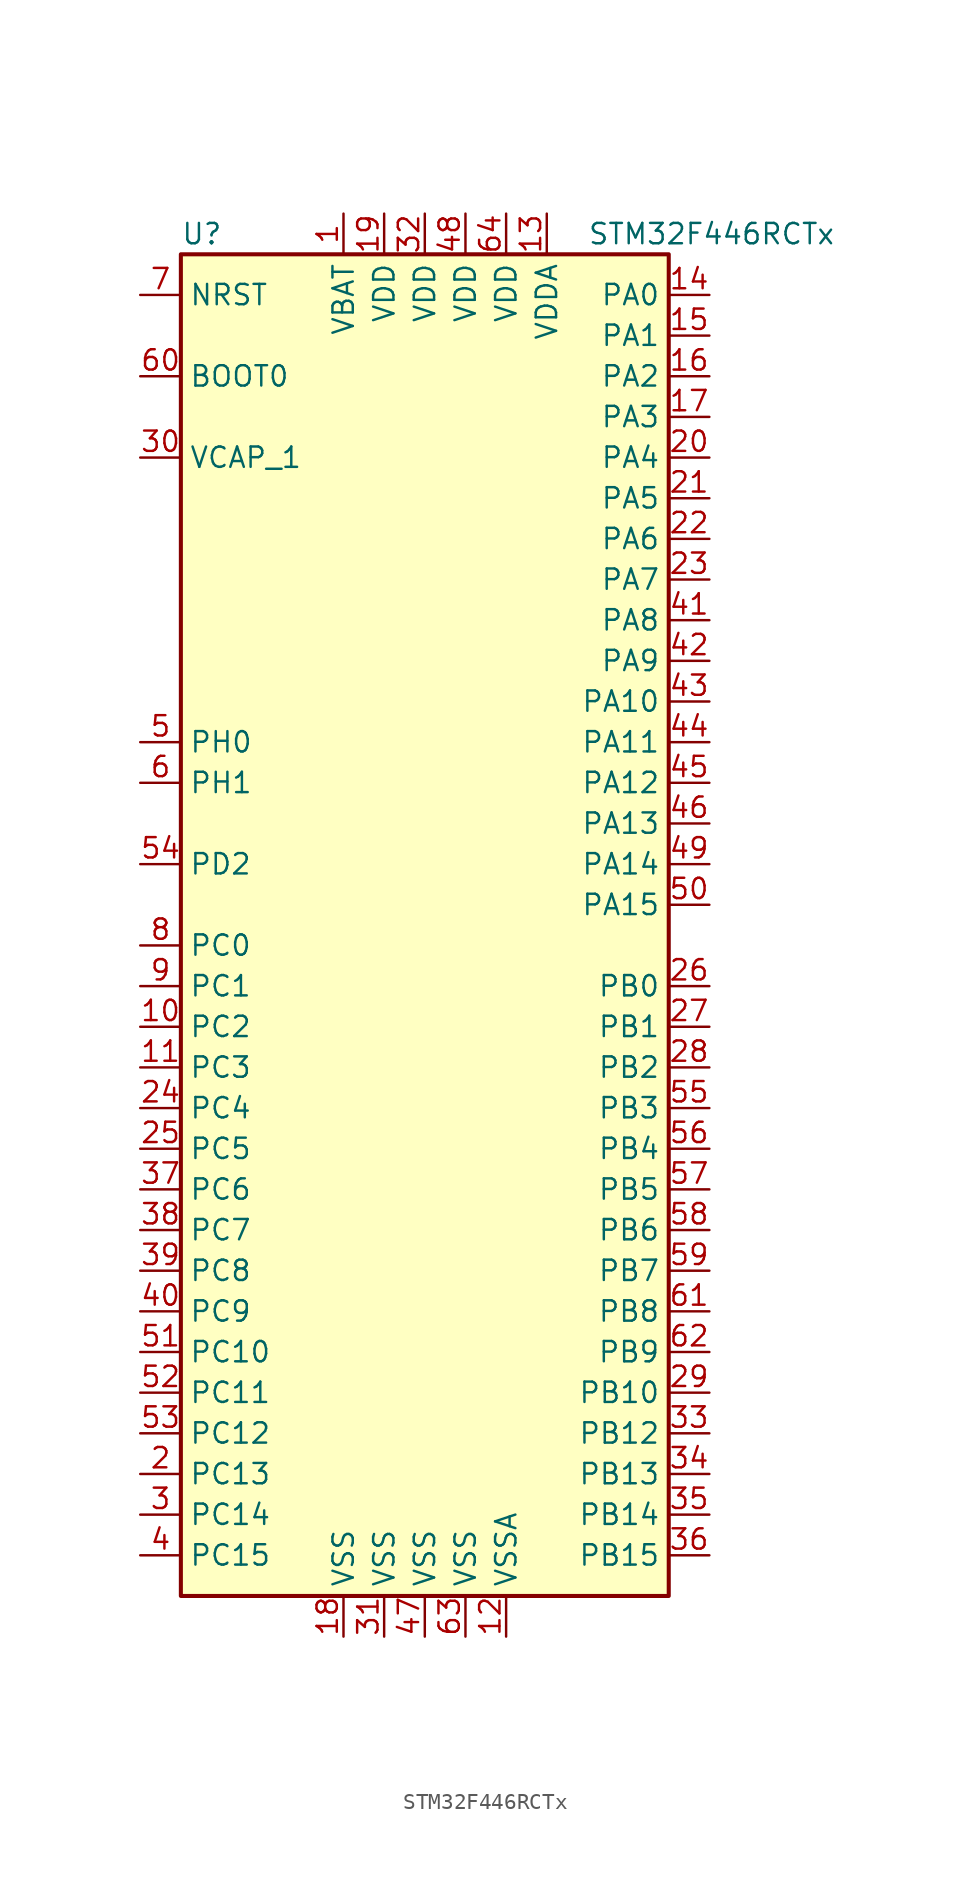
<source format=kicad_sym>
(kicad_symbol_lib
  (version 20201005)
  (generator kicad_symbol_editor)
  (symbol "MCU_ST_STM32F4:STM32F446RCTx"
    (property "Reference" "U"
      (at -15.24 41.91 0)
      (effects (font (size 1.27 1.27)) (justify left)))
    (property "Value" "STM32F446RCTx"
      (at 10.16 41.91 0)
      (effects (font (size 1.27 1.27)) (justify left)))
    (symbol "STM32F446RCTx_0_1"
      (rectangle (start -15.24 -43.18) (end 15.24 40.64) (stroke (width 0.254)) (fill (type background))))
    (symbol "STM32F446RCTx_1_1"
      (pin input line (at -17.78 33.02 0) (length 2.54) (name "BOOT0" (effects (font (size 1.27 1.27)))) (number "60" (effects (font (size 1.27 1.27)))))
      (pin input line (at -17.78 38.1 0) (length 2.54) (name "NRST" (effects (font (size 1.27 1.27)))) (number "7" (effects (font (size 1.27 1.27)))))
      (pin bidirectional line (at 17.78 38.1 180) (length 2.54) (name "PA0" (effects (font (size 1.27 1.27)))) (number "14" (effects (font (size 1.27 1.27)))))
      (pin bidirectional line (at 17.78 35.56 180) (length 2.54) (name "PA1" (effects (font (size 1.27 1.27)))) (number "15" (effects (font (size 1.27 1.27)))))
      (pin bidirectional line (at 17.78 12.7 180) (length 2.54) (name "PA10" (effects (font (size 1.27 1.27)))) (number "43" (effects (font (size 1.27 1.27)))))
      (pin bidirectional line (at 17.78 10.16 180) (length 2.54) (name "PA11" (effects (font (size 1.27 1.27)))) (number "44" (effects (font (size 1.27 1.27)))))
      (pin bidirectional line (at 17.78 7.62 180) (length 2.54) (name "PA12" (effects (font (size 1.27 1.27)))) (number "45" (effects (font (size 1.27 1.27)))))
      (pin bidirectional line (at 17.78 5.08 180) (length 2.54) (name "PA13" (effects (font (size 1.27 1.27)))) (number "46" (effects (font (size 1.27 1.27)))))
      (pin bidirectional line (at 17.78 2.54 180) (length 2.54) (name "PA14" (effects (font (size 1.27 1.27)))) (number "49" (effects (font (size 1.27 1.27)))))
      (pin bidirectional line (at 17.78 0 180) (length 2.54) (name "PA15" (effects (font (size 1.27 1.27)))) (number "50" (effects (font (size 1.27 1.27)))))
      (pin bidirectional line (at 17.78 33.02 180) (length 2.54) (name "PA2" (effects (font (size 1.27 1.27)))) (number "16" (effects (font (size 1.27 1.27)))))
      (pin bidirectional line (at 17.78 30.48 180) (length 2.54) (name "PA3" (effects (font (size 1.27 1.27)))) (number "17" (effects (font (size 1.27 1.27)))))
      (pin bidirectional line (at 17.78 27.94 180) (length 2.54) (name "PA4" (effects (font (size 1.27 1.27)))) (number "20" (effects (font (size 1.27 1.27)))))
      (pin bidirectional line (at 17.78 25.4 180) (length 2.54) (name "PA5" (effects (font (size 1.27 1.27)))) (number "21" (effects (font (size 1.27 1.27)))))
      (pin bidirectional line (at 17.78 22.86 180) (length 2.54) (name "PA6" (effects (font (size 1.27 1.27)))) (number "22" (effects (font (size 1.27 1.27)))))
      (pin bidirectional line (at 17.78 20.32 180) (length 2.54) (name "PA7" (effects (font (size 1.27 1.27)))) (number "23" (effects (font (size 1.27 1.27)))))
      (pin bidirectional line (at 17.78 17.78 180) (length 2.54) (name "PA8" (effects (font (size 1.27 1.27)))) (number "41" (effects (font (size 1.27 1.27)))))
      (pin bidirectional line (at 17.78 15.24 180) (length 2.54) (name "PA9" (effects (font (size 1.27 1.27)))) (number "42" (effects (font (size 1.27 1.27)))))
      (pin bidirectional line (at 17.78 -5.08 180) (length 2.54) (name "PB0" (effects (font (size 1.27 1.27)))) (number "26" (effects (font (size 1.27 1.27)))))
      (pin bidirectional line (at 17.78 -7.62 180) (length 2.54) (name "PB1" (effects (font (size 1.27 1.27)))) (number "27" (effects (font (size 1.27 1.27)))))
      (pin bidirectional line (at 17.78 -30.48 180) (length 2.54) (name "PB10" (effects (font (size 1.27 1.27)))) (number "29" (effects (font (size 1.27 1.27)))))
      (pin bidirectional line (at 17.78 -33.02 180) (length 2.54) (name "PB12" (effects (font (size 1.27 1.27)))) (number "33" (effects (font (size 1.27 1.27)))))
      (pin bidirectional line (at 17.78 -35.56 180) (length 2.54) (name "PB13" (effects (font (size 1.27 1.27)))) (number "34" (effects (font (size 1.27 1.27)))))
      (pin bidirectional line (at 17.78 -38.1 180) (length 2.54) (name "PB14" (effects (font (size 1.27 1.27)))) (number "35" (effects (font (size 1.27 1.27)))))
      (pin bidirectional line (at 17.78 -40.64 180) (length 2.54) (name "PB15" (effects (font (size 1.27 1.27)))) (number "36" (effects (font (size 1.27 1.27)))))
      (pin bidirectional line (at 17.78 -10.16 180) (length 2.54) (name "PB2" (effects (font (size 1.27 1.27)))) (number "28" (effects (font (size 1.27 1.27)))))
      (pin bidirectional line (at 17.78 -12.7 180) (length 2.54) (name "PB3" (effects (font (size 1.27 1.27)))) (number "55" (effects (font (size 1.27 1.27)))))
      (pin bidirectional line (at 17.78 -15.24 180) (length 2.54) (name "PB4" (effects (font (size 1.27 1.27)))) (number "56" (effects (font (size 1.27 1.27)))))
      (pin bidirectional line (at 17.78 -17.78 180) (length 2.54) (name "PB5" (effects (font (size 1.27 1.27)))) (number "57" (effects (font (size 1.27 1.27)))))
      (pin bidirectional line (at 17.78 -20.32 180) (length 2.54) (name "PB6" (effects (font (size 1.27 1.27)))) (number "58" (effects (font (size 1.27 1.27)))))
      (pin bidirectional line (at 17.78 -22.86 180) (length 2.54) (name "PB7" (effects (font (size 1.27 1.27)))) (number "59" (effects (font (size 1.27 1.27)))))
      (pin bidirectional line (at 17.78 -25.4 180) (length 2.54) (name "PB8" (effects (font (size 1.27 1.27)))) (number "61" (effects (font (size 1.27 1.27)))))
      (pin bidirectional line (at 17.78 -27.94 180) (length 2.54) (name "PB9" (effects (font (size 1.27 1.27)))) (number "62" (effects (font (size 1.27 1.27)))))
      (pin bidirectional line (at -17.78 -2.54 0) (length 2.54) (name "PC0" (effects (font (size 1.27 1.27)))) (number "8" (effects (font (size 1.27 1.27)))))
      (pin bidirectional line (at -17.78 -5.08 0) (length 2.54) (name "PC1" (effects (font (size 1.27 1.27)))) (number "9" (effects (font (size 1.27 1.27)))))
      (pin bidirectional line (at -17.78 -27.94 0) (length 2.54) (name "PC10" (effects (font (size 1.27 1.27)))) (number "51" (effects (font (size 1.27 1.27)))))
      (pin bidirectional line (at -17.78 -30.48 0) (length 2.54) (name "PC11" (effects (font (size 1.27 1.27)))) (number "52" (effects (font (size 1.27 1.27)))))
      (pin bidirectional line (at -17.78 -33.02 0) (length 2.54) (name "PC12" (effects (font (size 1.27 1.27)))) (number "53" (effects (font (size 1.27 1.27)))))
      (pin bidirectional line (at -17.78 -35.56 0) (length 2.54) (name "PC13" (effects (font (size 1.27 1.27)))) (number "2" (effects (font (size 1.27 1.27)))))
      (pin bidirectional line (at -17.78 -38.1 0) (length 2.54) (name "PC14" (effects (font (size 1.27 1.27)))) (number "3" (effects (font (size 1.27 1.27)))))
      (pin bidirectional line (at -17.78 -40.64 0) (length 2.54) (name "PC15" (effects (font (size 1.27 1.27)))) (number "4" (effects (font (size 1.27 1.27)))))
      (pin bidirectional line (at -17.78 -7.62 0) (length 2.54) (name "PC2" (effects (font (size 1.27 1.27)))) (number "10" (effects (font (size 1.27 1.27)))))
      (pin bidirectional line (at -17.78 -10.16 0) (length 2.54) (name "PC3" (effects (font (size 1.27 1.27)))) (number "11" (effects (font (size 1.27 1.27)))))
      (pin bidirectional line (at -17.78 -12.7 0) (length 2.54) (name "PC4" (effects (font (size 1.27 1.27)))) (number "24" (effects (font (size 1.27 1.27)))))
      (pin bidirectional line (at -17.78 -15.24 0) (length 2.54) (name "PC5" (effects (font (size 1.27 1.27)))) (number "25" (effects (font (size 1.27 1.27)))))
      (pin bidirectional line (at -17.78 -17.78 0) (length 2.54) (name "PC6" (effects (font (size 1.27 1.27)))) (number "37" (effects (font (size 1.27 1.27)))))
      (pin bidirectional line (at -17.78 -20.32 0) (length 2.54) (name "PC7" (effects (font (size 1.27 1.27)))) (number "38" (effects (font (size 1.27 1.27)))))
      (pin bidirectional line (at -17.78 -22.86 0) (length 2.54) (name "PC8" (effects (font (size 1.27 1.27)))) (number "39" (effects (font (size 1.27 1.27)))))
      (pin bidirectional line (at -17.78 -25.4 0) (length 2.54) (name "PC9" (effects (font (size 1.27 1.27)))) (number "40" (effects (font (size 1.27 1.27)))))
      (pin bidirectional line (at -17.78 2.54 0) (length 2.54) (name "PD2" (effects (font (size 1.27 1.27)))) (number "54" (effects (font (size 1.27 1.27)))))
      (pin input line (at -17.78 10.16 0) (length 2.54) (name "PH0" (effects (font (size 1.27 1.27)))) (number "5" (effects (font (size 1.27 1.27)))))
      (pin input line (at -17.78 7.62 0) (length 2.54) (name "PH1" (effects (font (size 1.27 1.27)))) (number "6" (effects (font (size 1.27 1.27)))))
      (pin power_in line (at -5.08 43.18 270) (length 2.54) (name "VBAT" (effects (font (size 1.27 1.27)))) (number "1" (effects (font (size 1.27 1.27)))))
      (pin power_in line (at -17.78 27.94 0) (length 2.54) (name "VCAP_1" (effects (font (size 1.27 1.27)))) (number "30" (effects (font (size 1.27 1.27)))))
      (pin power_in line (at -2.54 43.18 270) (length 2.54) (name "VDD" (effects (font (size 1.27 1.27)))) (number "19" (effects (font (size 1.27 1.27)))))
      (pin power_in line (at 0 43.18 270) (length 2.54) (name "VDD" (effects (font (size 1.27 1.27)))) (number "32" (effects (font (size 1.27 1.27)))))
      (pin power_in line (at 2.54 43.18 270) (length 2.54) (name "VDD" (effects (font (size 1.27 1.27)))) (number "48" (effects (font (size 1.27 1.27)))))
      (pin power_in line (at 5.08 43.18 270) (length 2.54) (name "VDD" (effects (font (size 1.27 1.27)))) (number "64" (effects (font (size 1.27 1.27)))))
      (pin power_in line (at 7.62 43.18 270) (length 2.54) (name "VDDA" (effects (font (size 1.27 1.27)))) (number "13" (effects (font (size 1.27 1.27)))))
      (pin power_in line (at -5.08 -45.72 90) (length 2.54) (name "VSS" (effects (font (size 1.27 1.27)))) (number "18" (effects (font (size 1.27 1.27)))))
      (pin power_in line (at -2.54 -45.72 90) (length 2.54) (name "VSS" (effects (font (size 1.27 1.27)))) (number "31" (effects (font (size 1.27 1.27)))))
      (pin power_in line (at 0 -45.72 90) (length 2.54) (name "VSS" (effects (font (size 1.27 1.27)))) (number "47" (effects (font (size 1.27 1.27)))))
      (pin power_in line (at 2.54 -45.72 90) (length 2.54) (name "VSS" (effects (font (size 1.27 1.27)))) (number "63" (effects (font (size 1.27 1.27)))))
      (pin power_in line (at 5.08 -45.72 90) (length 2.54) (name "VSSA" (effects (font (size 1.27 1.27)))) (number "12" (effects (font (size 1.27 1.27))))))))
</source>
